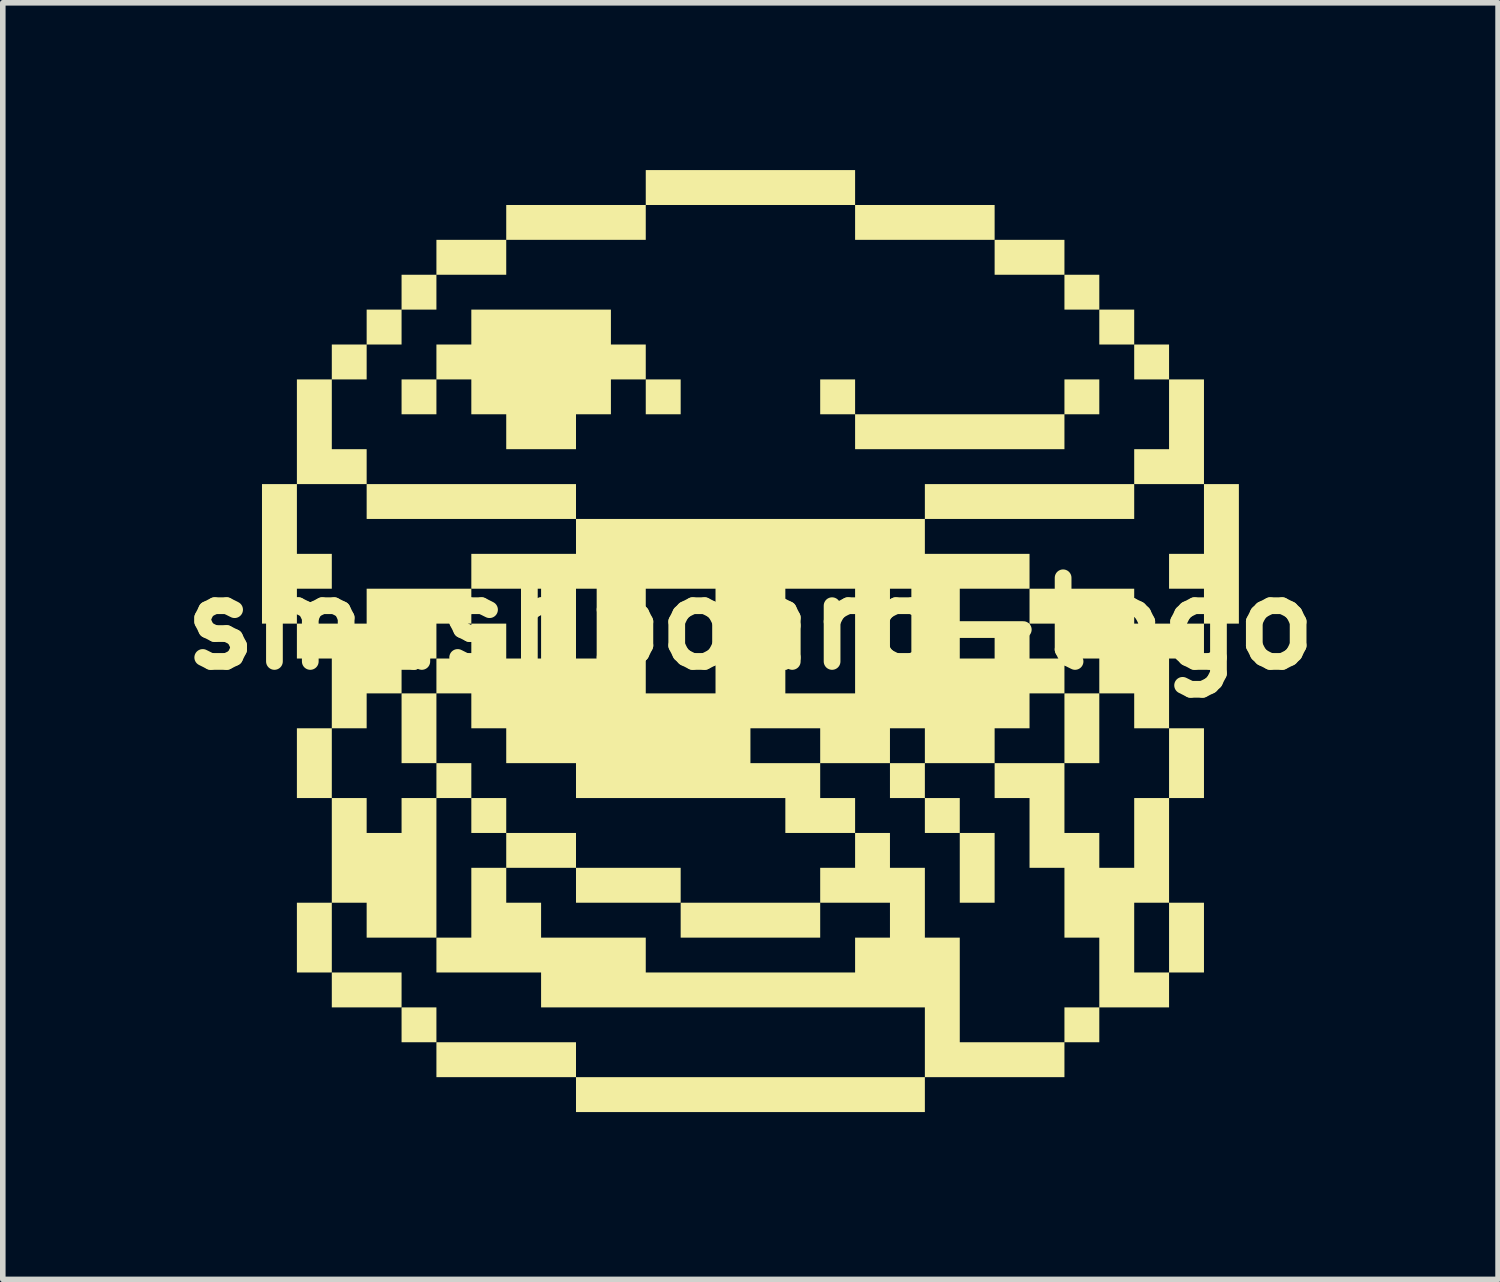
<source format=kicad_pcb>
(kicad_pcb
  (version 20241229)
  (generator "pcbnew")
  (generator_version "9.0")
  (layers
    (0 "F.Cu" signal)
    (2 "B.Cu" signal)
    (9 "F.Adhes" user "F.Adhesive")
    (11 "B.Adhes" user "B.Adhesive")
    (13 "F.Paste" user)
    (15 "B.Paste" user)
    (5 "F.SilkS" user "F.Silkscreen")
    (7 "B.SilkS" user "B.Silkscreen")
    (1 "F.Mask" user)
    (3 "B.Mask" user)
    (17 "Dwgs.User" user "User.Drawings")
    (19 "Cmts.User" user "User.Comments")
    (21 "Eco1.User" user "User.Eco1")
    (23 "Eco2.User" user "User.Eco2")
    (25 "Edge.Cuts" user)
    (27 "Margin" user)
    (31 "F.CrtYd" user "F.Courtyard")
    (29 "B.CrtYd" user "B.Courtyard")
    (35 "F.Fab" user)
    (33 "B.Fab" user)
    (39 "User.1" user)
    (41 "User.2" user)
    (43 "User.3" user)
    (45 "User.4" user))
  (footprint "smashboard-logo"
    (layer "F.Cu")
    (at 10.407 8.133)
    (property "Reference" "smashboard-logo" (at 0 0 0) (layer "F.SilkS") (effects (font (size 1.5 1.5) (thickness 0.3))))
    (attr board_only exclude_from_pos_files exclude_from_bom)
    (fp_poly (pts (xy -6.256 6.569) (xy -6.256 6.882) (xy -6.882 6.882) (xy -7.507 6.882) (xy -7.507 6.569) (xy -7.507 6.256) (xy -6.882 6.256) (xy -6.256 6.256)) (stroke (width 0) (type solid)) (fill yes) (layer "F.SilkS"))
    (fp_poly (pts (xy -5.631 7.195) (xy -5.631 7.507) (xy -5.943 7.507) (xy -6.256 7.507) (xy -6.256 7.195) (xy -6.256 6.882) (xy -5.943 6.882) (xy -5.631 6.882)) (stroke (width 0) (type solid)) (fill yes) (layer "F.SilkS"))
    (fp_poly (pts (xy -5.005 2.815) (xy -5.005 3.128) (xy -5.318 3.128) (xy -5.631 3.128) (xy -5.631 2.815) (xy -5.631 2.502) (xy -5.318 2.502) (xy -5.005 2.502)) (stroke (width 0) (type solid)) (fill yes) (layer "F.SilkS"))
    (fp_poly (pts (xy -4.379 3.441) (xy -4.379 3.754) (xy -4.692 3.754) (xy -5.005 3.754) (xy -5.005 3.441) (xy -5.005 3.128) (xy -4.692 3.128) (xy -4.379 3.128)) (stroke (width 0) (type solid)) (fill yes) (layer "F.SilkS"))
    (fp_poly (pts (xy -3.128 4.067) (xy -3.128 4.379) (xy -3.754 4.379) (xy -4.379 4.379) (xy -4.379 4.067) (xy -4.379 3.754) (xy -3.754 3.754) (xy -3.128 3.754)) (stroke (width 0) (type solid)) (fill yes) (layer "F.SilkS"))
    (fp_poly (pts (xy -1.251 -4.067) (xy -1.251 -3.754) (xy -1.564 -3.754) (xy -1.877 -3.754) (xy -1.877 -4.067) (xy -1.877 -4.379) (xy -1.564 -4.379) (xy -1.251 -4.379)) (stroke (width 0) (type solid)) (fill yes) (layer "F.SilkS"))
    (fp_poly (pts (xy -1.251 4.692) (xy -1.251 5.005) (xy -2.19 5.005) (xy -3.128 5.005) (xy -3.128 4.692) (xy -3.128 4.379) (xy -2.19 4.379) (xy -1.251 4.379)) (stroke (width 0) (type solid)) (fill yes) (layer "F.SilkS"))
    (fp_poly (pts (xy 1.251 5.318) (xy 1.251 5.631) (xy 0 5.631) (xy -1.251 5.631) (xy -1.251 5.318) (xy -1.251 5.005) (xy 0 5.005) (xy 1.251 5.005)) (stroke (width 0) (type solid)) (fill yes) (layer "F.SilkS"))
    (fp_poly (pts (xy 3.754 3.441) (xy 3.754 3.754) (xy 3.441 3.754) (xy 3.128 3.754) (xy 3.128 3.441) (xy 3.128 3.128) (xy 3.441 3.128) (xy 3.754 3.128)) (stroke (width 0) (type solid)) (fill yes) (layer "F.SilkS"))
    (fp_poly (pts (xy 4.379 -7.195) (xy 4.379 -6.882) (xy 3.128 -6.882) (xy 1.877 -6.882) (xy 1.877 -7.195) (xy 1.877 -7.507) (xy 3.128 -7.507) (xy 4.379 -7.507)) (stroke (width 0) (type solid)) (fill yes) (layer "F.SilkS"))
    (fp_poly (pts (xy 4.379 4.379) (xy 4.379 5.005) (xy 4.067 5.005) (xy 3.754 5.005) (xy 3.754 4.379) (xy 3.754 3.754) (xy 4.067 3.754) (xy 4.379 3.754)) (stroke (width 0) (type solid)) (fill yes) (layer "F.SilkS"))
    (fp_poly (pts (xy 5.631 -6.569) (xy 5.631 -6.256) (xy 5.005 -6.256) (xy 4.379 -6.256) (xy 4.379 -6.569) (xy 4.379 -6.882) (xy 5.005 -6.882) (xy 5.631 -6.882)) (stroke (width 0) (type solid)) (fill yes) (layer "F.SilkS"))
    (fp_poly (pts (xy 6.256 -5.943) (xy 6.256 -5.631) (xy 5.943 -5.631) (xy 5.631 -5.631) (xy 5.631 -5.943) (xy 5.631 -6.256) (xy 5.943 -6.256) (xy 6.256 -6.256)) (stroke (width 0) (type solid)) (fill yes) (layer "F.SilkS"))
    (fp_poly (pts (xy 6.256 1.877) (xy 6.256 2.502) (xy 5.943 2.502) (xy 5.631 2.502) (xy 5.631 1.877) (xy 5.631 1.251) (xy 5.943 1.251) (xy 6.256 1.251)) (stroke (width 0) (type solid)) (fill yes) (layer "F.SilkS"))
    (fp_poly (pts (xy 6.882 -5.318) (xy 6.882 -5.005) (xy 6.569 -5.005) (xy 6.256 -5.005) (xy 6.256 -5.318) (xy 6.256 -5.631) (xy 6.569 -5.631) (xy 6.882 -5.631)) (stroke (width 0) (type solid)) (fill yes) (layer "F.SilkS"))
    (fp_poly (pts (xy 7.507 -4.692) (xy 7.507 -4.379) (xy 7.195 -4.379) (xy 6.882 -4.379) (xy 6.882 -4.692) (xy 6.882 -5.005) (xy 7.195 -5.005) (xy 7.507 -5.005)) (stroke (width 0) (type solid)) (fill yes) (layer "F.SilkS"))
    (fp_poly (pts (xy 8.133 -3.441) (xy 8.133 -2.502) (xy 7.507 -2.502) (xy 6.882 -2.502) (xy 6.882 -2.815) (xy 6.882 -3.128) (xy 7.195 -3.128) (xy 7.507 -3.128) (xy 7.507 -3.754) (xy 7.507 -4.379) (xy 7.82 -4.379) (xy 8.133 -4.379)) (stroke (width 0) (type solid)) (fill yes) (layer "F.SilkS"))
    (fp_poly (pts (xy 1.877 -4.067) (xy 1.877 -3.754) (xy 3.754 -3.754) (xy 5.631 -3.754) (xy 5.631 -4.067) (xy 5.631 -4.379) (xy 5.943 -4.379) (xy 6.256 -4.379) (xy 6.256 -4.067) (xy 6.256 -3.754) (xy 5.943 -3.754) (xy 5.631 -3.754) (xy 5.631 -3.441) (xy 5.631 -3.128) (xy 3.754 -3.128) (xy 1.877 -3.128) (xy 1.877 -3.441) (xy 1.877 -3.754) (xy 1.564 -3.754) (xy 1.251 -3.754) (xy 1.251 -4.067) (xy 1.251 -4.379) (xy 1.564 -4.379) (xy 1.877 -4.379)) (stroke (width 0) (type solid)) (fill yes) (layer "F.SilkS"))
    (fp_poly (pts (xy -6.882 3.441) (xy -6.882 3.754) (xy -6.569 3.754) (xy -6.256 3.754) (xy -6.256 3.441) (xy -6.256 3.128) (xy -5.943 3.128) (xy -5.631 3.128) (xy -5.631 4.379) (xy -5.631 5.631) (xy -6.256 5.631) (xy -6.882 5.631) (xy -6.882 5.318) (xy -6.882 5.005) (xy -7.195 5.005) (xy -7.507 5.005) (xy -7.507 5.631) (xy -7.507 6.256) (xy -7.82 6.256) (xy -8.133 6.256) (xy -8.133 5.631) (xy -8.133 5.005) (xy -7.82 5.005) (xy -7.507 5.005) (xy -7.507 4.067) (xy -7.507 3.128) (xy -7.195 3.128) (xy -6.882 3.128)) (stroke (width 0) (type solid)) (fill yes) (layer "F.SilkS"))
    (fp_poly (pts (xy -2.502 -5.318) (xy -2.502 -5.005) (xy -2.19 -5.005) (xy -1.877 -5.005) (xy -1.877 -4.692) (xy -1.877 -4.379) (xy -2.19 -4.379) (xy -2.502 -4.379) (xy -2.502 -4.067) (xy -2.502 -3.754) (xy -2.815 -3.754) (xy -3.128 -3.754) (xy -3.128 -3.441) (xy -3.128 -3.128) (xy -3.754 -3.128) (xy -4.379 -3.128) (xy -4.379 -3.441) (xy -4.379 -3.754) (xy -4.692 -3.754) (xy -5.005 -3.754) (xy -5.005 -4.067) (xy -5.005 -4.379) (xy -5.318 -4.379) (xy -5.631 -4.379) (xy -5.631 -4.067) (xy -5.631 -3.754) (xy -5.943 -3.754) (xy -6.256 -3.754) (xy -6.256 -4.067) (xy -6.256 -4.379) (xy -5.943 -4.379) (xy -5.631 -4.379) (xy -5.631 -4.692) (xy -5.631 -5.005) (xy -5.318 -5.005) (xy -5.005 -5.005) (xy -5.005 -5.318) (xy -5.005 -5.631) (xy -3.754 -5.631) (xy -2.502 -5.631)) (stroke (width 0) (type solid)) (fill yes) (layer "F.SilkS"))
    (fp_poly (pts (xy 8.759 -1.251) (xy 8.759 0) (xy 8.446 0) (xy 8.133 0) (xy 8.133 0.313) (xy 8.133 0.626) (xy 7.82 0.626) (xy 7.507 0.626) (xy 7.507 1.251) (xy 7.507 1.877) (xy 7.195 1.877) (xy 6.882 1.877) (xy 6.882 1.564) (xy 6.882 1.251) (xy 6.569 1.251) (xy 6.256 1.251) (xy 6.256 0.938) (xy 6.256 0.626) (xy 5.943 0.626) (xy 5.631 0.626) (xy 5.631 0.313) (xy 5.631 0) (xy 5.318 0) (xy 5.005 0) (xy 5.005 -0.313) (xy 5.005 -0.626) (xy 5.943 -0.626) (xy 6.882 -0.626) (xy 6.882 -0.313) (xy 6.882 0) (xy 7.507 0) (xy 8.133 0) (xy 8.133 -0.313) (xy 8.133 -0.626) (xy 7.82 -0.626) (xy 7.507 -0.626) (xy 7.507 -0.938) (xy 7.507 -1.251) (xy 7.82 -1.251) (xy 8.133 -1.251) (xy 8.133 -1.877) (xy 8.133 -2.502) (xy 8.446 -2.502) (xy 8.759 -2.502)) (stroke (width 0) (type solid)) (fill yes) (layer "F.SilkS"))
    (fp_poly (pts (xy 1.877 -7.82) (xy 1.877 -7.507) (xy 0 -7.507) (xy -1.877 -7.507) (xy -1.877 -7.195) (xy -1.877 -6.882) (xy -3.128 -6.882) (xy -4.379 -6.882) (xy -4.379 -6.569) (xy -4.379 -6.256) (xy -5.005 -6.256) (xy -5.631 -6.256) (xy -5.631 -5.943) (xy -5.631 -5.631) (xy -5.943 -5.631) (xy -6.256 -5.631) (xy -6.256 -5.318) (xy -6.256 -5.005) (xy -6.569 -5.005) (xy -6.882 -5.005) (xy -6.882 -4.692) (xy -6.882 -4.379) (xy -7.195 -4.379) (xy -7.507 -4.379) (xy -7.507 -3.754) (xy -7.507 -3.128) (xy -7.195 -3.128) (xy -6.882 -3.128) (xy -6.882 -2.815) (xy -6.882 -2.502) (xy -7.507 -2.502) (xy -8.133 -2.502) (xy -8.133 -1.877) (xy -8.133 -1.251) (xy -7.82 -1.251) (xy -7.507 -1.251) (xy -7.507 -0.938) (xy -7.507 -0.626) (xy -7.82 -0.626) (xy -8.133 -0.626) (xy -8.133 -0.313) (xy -8.133 0) (xy -7.507 0) (xy -6.882 0) (xy -6.882 -0.313) (xy -6.882 -0.626) (xy -5.943 -0.626) (xy -5.005 -0.626) (xy -5.005 -0.313) (xy -5.005 0) (xy -5.318 0) (xy -5.631 0) (xy -5.631 0.313) (xy -5.631 0.626) (xy -5.943 0.626) (xy -6.256 0.626) (xy -6.256 0.938) (xy -6.256 1.251) (xy -6.569 1.251) (xy -6.882 1.251) (xy -6.882 1.564) (xy -6.882 1.877) (xy -7.195 1.877) (xy -7.507 1.877) (xy -7.507 2.502) (xy -7.507 3.128) (xy -7.82 3.128) (xy -8.133 3.128) (xy -8.133 2.502) (xy -8.133 1.877) (xy -7.82 1.877) (xy -7.507 1.877) (xy -7.507 1.251) (xy -7.507 0.626) (xy -7.82 0.626) (xy -8.133 0.626) (xy -8.133 0.313) (xy -8.133 0) (xy -8.446 0) (xy -8.759 0) (xy -8.759 -1.251) (xy -8.759 -2.502) (xy -8.446 -2.502) (xy -8.133 -2.502) (xy -8.133 -3.441) (xy -8.133 -4.379) (xy -7.82 -4.379) (xy -7.507 -4.379) (xy -7.507 -4.692) (xy -7.507 -5.005) (xy -7.195 -5.005) (xy -6.882 -5.005) (xy -6.882 -5.318) (xy -6.882 -5.631) (xy -6.569 -5.631) (xy -6.256 -5.631) (xy -6.256 -5.943) (xy -6.256 -6.256) (xy -5.943 -6.256) (xy -5.631 -6.256) (xy -5.631 -6.569) (xy -5.631 -6.882) (xy -5.005 -6.882) (xy -4.379 -6.882) (xy -4.379 -7.195) (xy -4.379 -7.507) (xy -3.128 -7.507) (xy -1.877 -7.507) (xy -1.877 -7.82) (xy -1.877 -8.133) (xy 0 -8.133) (xy 1.877 -8.133)) (stroke (width 0) (type solid)) (fill yes) (layer "F.SilkS"))
    (fp_poly (pts (xy 8.133 2.502) (xy 8.133 3.128) (xy 7.82 3.128) (xy 7.507 3.128) (xy 7.507 4.067) (xy 7.507 5.005) (xy 7.195 5.005) (xy 6.882 5.005) (xy 6.882 5.631) (xy 6.882 6.256) (xy 7.195 6.256) (xy 7.507 6.256) (xy 7.507 5.631) (xy 7.507 5.005) (xy 7.82 5.005) (xy 8.133 5.005) (xy 8.133 5.631) (xy 8.133 6.256) (xy 7.82 6.256) (xy 7.507 6.256) (xy 7.507 6.569) (xy 7.507 6.882) (xy 6.882 6.882) (xy 6.256 6.882) (xy 6.256 7.195) (xy 6.256 7.507) (xy 5.943 7.507) (xy 5.631 7.507) (xy 5.631 7.82) (xy 5.631 8.133) (xy 4.379 8.133) (xy 3.128 8.133) (xy 3.128 8.446) (xy 3.128 8.759) (xy 0 8.759) (xy -3.128 8.759) (xy -3.128 8.446) (xy -3.128 8.133) (xy -4.379 8.133) (xy -5.631 8.133) (xy -5.631 7.82) (xy -5.631 7.507) (xy -4.379 7.507) (xy -3.128 7.507) (xy -3.128 7.82) (xy -3.128 8.133) (xy 0 8.133) (xy 3.128 8.133) (xy 3.128 7.507) (xy 3.128 6.882) (xy -0.313 6.882) (xy -3.754 6.882) (xy -3.754 6.569) (xy -3.754 6.256) (xy -4.692 6.256) (xy -5.631 6.256) (xy -5.631 5.943) (xy -5.631 5.631) (xy -5.318 5.631) (xy -5.005 5.631) (xy -5.005 5.005) (xy -5.005 4.379) (xy -4.692 4.379) (xy -4.379 4.379) (xy -4.379 4.692) (xy -4.379 5.005) (xy -4.067 5.005) (xy -3.754 5.005) (xy -3.754 5.318) (xy -3.754 5.631) (xy -2.815 5.631) (xy -1.877 5.631) (xy -1.877 5.943) (xy -1.877 6.256) (xy 0 6.256) (xy 1.877 6.256) (xy 1.877 5.943) (xy 1.877 5.631) (xy 2.19 5.631) (xy 2.502 5.631) (xy 2.502 5.318) (xy 2.502 5.005) (xy 1.877 5.005) (xy 1.251 5.005) (xy 1.251 4.692) (xy 1.251 4.379) (xy 1.564 4.379) (xy 1.877 4.379) (xy 1.877 4.067) (xy 1.877 3.754) (xy 2.19 3.754) (xy 2.502 3.754) (xy 2.502 4.067) (xy 2.502 4.379) (xy 2.815 4.379) (xy 3.128 4.379) (xy 3.128 5.005) (xy 3.128 5.631) (xy 3.441 5.631) (xy 3.754 5.631) (xy 3.754 6.569) (xy 3.754 7.507) (xy 4.692 7.507) (xy 5.631 7.507) (xy 5.631 7.195) (xy 5.631 6.882) (xy 5.943 6.882) (xy 6.256 6.882) (xy 6.256 6.256) (xy 6.256 5.631) (xy 5.943 5.631) (xy 5.631 5.631) (xy 5.631 5.005) (xy 5.631 4.379) (xy 5.318 4.379) (xy 5.005 4.379) (xy 5.005 3.754) (xy 5.005 3.128) (xy 4.692 3.128) (xy 4.379 3.128) (xy 4.379 2.815) (xy 4.379 2.502) (xy 5.005 2.502) (xy 5.631 2.502) (xy 5.631 3.128) (xy 5.631 3.754) (xy 5.943 3.754) (xy 6.256 3.754) (xy 6.256 4.067) (xy 6.256 4.379) (xy 6.569 4.379) (xy 6.882 4.379) (xy 6.882 3.754) (xy 6.882 3.128) (xy 7.195 3.128) (xy 7.507 3.128) (xy 7.507 2.502) (xy 7.507 1.877) (xy 7.82 1.877) (xy 8.133 1.877)) (stroke (width 0) (type solid)) (fill yes) (layer "F.SilkS"))
    (fp_poly (pts (xy -3.128 -2.19) (xy -3.128 -1.877) (xy 0 -1.877) (xy 3.128 -1.877) (xy 3.128 -2.19) (xy 3.128 -2.502) (xy 5.005 -2.502) (xy 6.882 -2.502) (xy 6.882 -2.19) (xy 6.882 -1.877) (xy 5.005 -1.877) (xy 3.128 -1.877) (xy 3.128 -1.564) (xy 3.128 -1.251) (xy 4.067 -1.251) (xy 5.005 -1.251) (xy 5.005 -0.938) (xy 5.005 -0.626) (xy 4.379 -0.626) (xy 3.754 -0.626) (xy 3.754 0) (xy 3.754 0.626) (xy 4.067 0.626) (xy 4.379 0.626) (xy 4.379 0.313) (xy 4.379 0) (xy 4.692 0) (xy 5.005 0) (xy 5.005 0.313) (xy 5.005 0.626) (xy 5.318 0.626) (xy 5.631 0.626) (xy 5.631 0.938) (xy 5.631 1.251) (xy 5.318 1.251) (xy 5.005 1.251) (xy 5.005 1.564) (xy 5.005 1.877) (xy 4.692 1.877) (xy 4.379 1.877) (xy 4.379 2.19) (xy 4.379 2.502) (xy 3.754 2.502) (xy 3.128 2.502) (xy 3.128 2.815) (xy 3.128 3.128) (xy 2.815 3.128) (xy 2.502 3.128) (xy 2.502 2.815) (xy 2.502 2.502) (xy 1.877 2.502) (xy 1.251 2.502) (xy 1.251 2.815) (xy 1.251 3.128) (xy 1.564 3.128) (xy 1.877 3.128) (xy 1.877 3.441) (xy 1.877 3.754) (xy 1.251 3.754) (xy 0.626 3.754) (xy 0.626 3.441) (xy 0.626 3.128) (xy -1.251 3.128) (xy -3.128 3.128) (xy -3.128 2.815) (xy -3.128 2.502) (xy -3.754 2.502) (xy -4.379 2.502) (xy -4.379 2.19) (xy -4.379 1.877) (xy 0 1.877) (xy 0 2.19) (xy 0 2.502) (xy 0.626 2.502) (xy 1.251 2.502) (xy 1.251 2.19) (xy 1.251 1.877) (xy 2.502 1.877) (xy 2.502 2.19) (xy 2.502 2.502) (xy 2.815 2.502) (xy 3.128 2.502) (xy 3.128 2.19) (xy 3.128 1.877) (xy 2.815 1.877) (xy 2.502 1.877) (xy 1.251 1.877) (xy 0.626 1.877) (xy 0 1.877) (xy -4.379 1.877) (xy -4.692 1.877) (xy -5.005 1.877) (xy -5.005 1.564) (xy -5.005 1.251) (xy -5.318 1.251) (xy -5.631 1.251) (xy -5.631 1.877) (xy -5.631 2.502) (xy -5.943 2.502) (xy -6.256 2.502) (xy -6.256 1.877) (xy -6.256 1.251) (xy -5.943 1.251) (xy -5.631 1.251) (xy -5.631 0.938) (xy -5.631 0.626) (xy -5.318 0.626) (xy -5.005 0.626) (xy -5.005 0.313) (xy -5.005 0) (xy -4.692 0) (xy -4.379 0) (xy -4.379 0.313) (xy -4.379 0.626) (xy -4.067 0.626) (xy -3.754 0.626) (xy -3.754 0) (xy -3.754 -0.626) (xy -3.128 -0.626) (xy -3.128 0) (xy -3.128 0.626) (xy -2.815 0.626) (xy -2.502 0.626) (xy -2.502 0) (xy -2.502 -0.626) (xy -1.877 -0.626) (xy -1.877 0.313) (xy -1.877 1.251) (xy -1.251 1.251) (xy -0.626 1.251) (xy -0.626 0.313) (xy -0.626 -0.626) (xy 0.626 -0.626) (xy 0.626 0.313) (xy 0.626 1.251) (xy 1.251 1.251) (xy 1.877 1.251) (xy 1.877 0.313) (xy 1.877 -0.626) (xy 2.502 -0.626) (xy 2.502 0) (xy 2.502 0.626) (xy 2.815 0.626) (xy 3.128 0.626) (xy 3.128 0) (xy 3.128 -0.626) (xy 2.815 -0.626) (xy 2.502 -0.626) (xy 1.877 -0.626) (xy 1.251 -0.626) (xy 0.626 -0.626) (xy -0.626 -0.626) (xy -1.251 -0.626) (xy -1.877 -0.626) (xy -2.502 -0.626) (xy -2.815 -0.626) (xy -3.128 -0.626) (xy -3.754 -0.626) (xy -4.379 -0.626) (xy -5.005 -0.626) (xy -5.005 -0.938) (xy -5.005 -1.251) (xy -4.067 -1.251) (xy -3.128 -1.251) (xy -3.128 -1.564) (xy -3.128 -1.877) (xy -5.005 -1.877) (xy -6.882 -1.877) (xy -6.882 -2.19) (xy -6.882 -2.502) (xy -5.005 -2.502) (xy -3.128 -2.502)) (stroke (width 0) (type solid)) (fill yes) (layer "F.SilkS")))
  (gr_rect
    (start -3 -3)
    (end 23.814 19.892)
    (stroke (width 0.1) (type default))
    (fill no)
    (layer "Edge.Cuts")))
</source>
